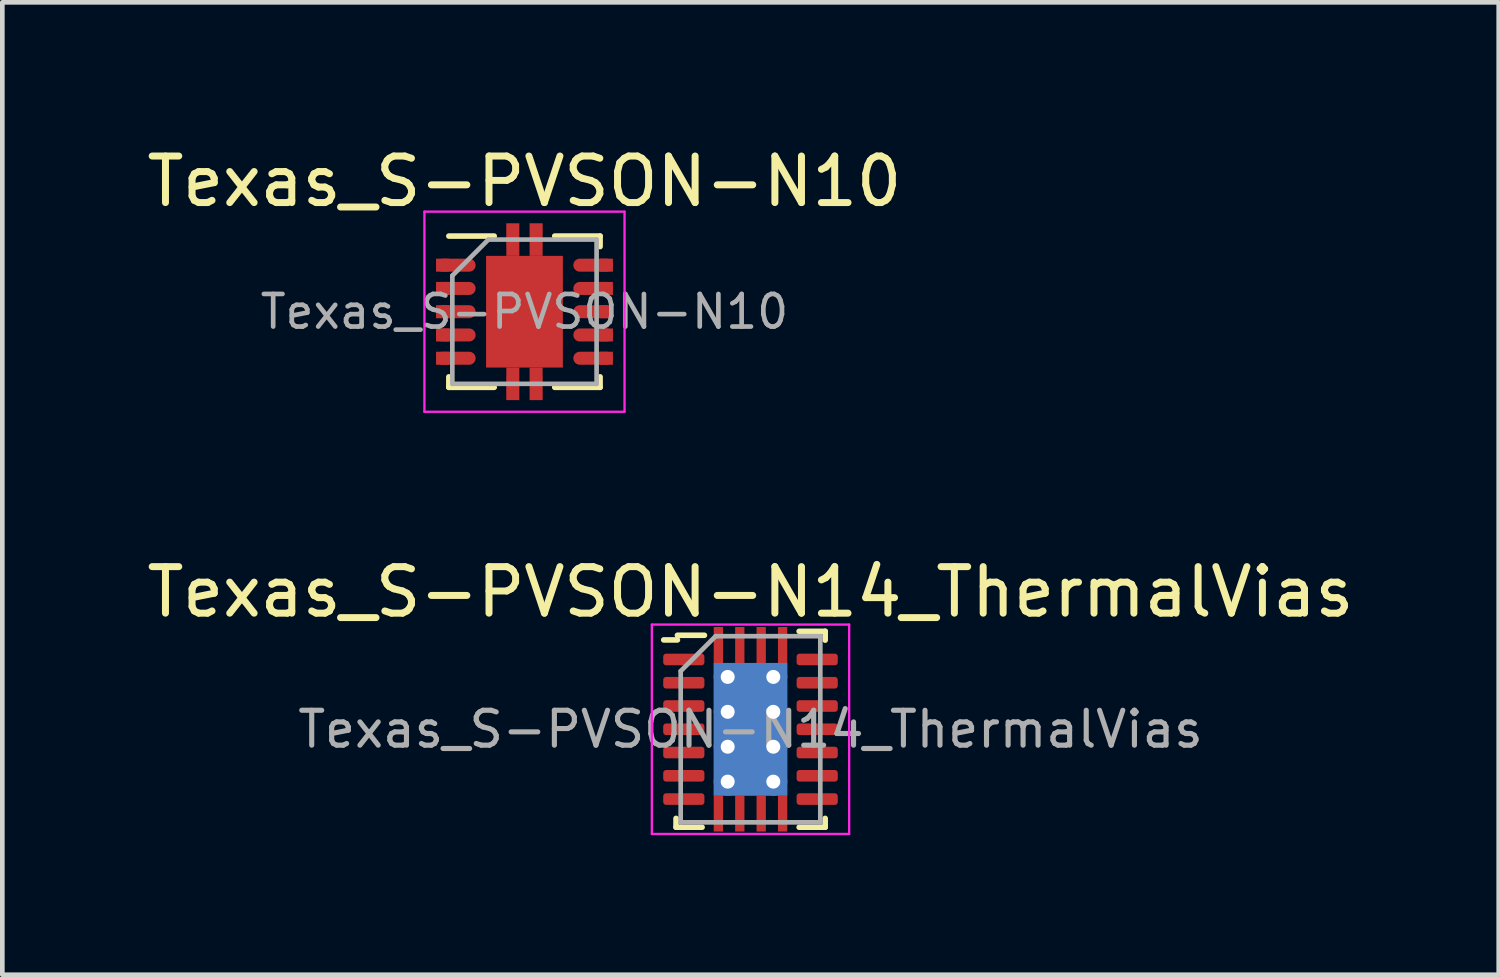
<source format=kicad_pcb>
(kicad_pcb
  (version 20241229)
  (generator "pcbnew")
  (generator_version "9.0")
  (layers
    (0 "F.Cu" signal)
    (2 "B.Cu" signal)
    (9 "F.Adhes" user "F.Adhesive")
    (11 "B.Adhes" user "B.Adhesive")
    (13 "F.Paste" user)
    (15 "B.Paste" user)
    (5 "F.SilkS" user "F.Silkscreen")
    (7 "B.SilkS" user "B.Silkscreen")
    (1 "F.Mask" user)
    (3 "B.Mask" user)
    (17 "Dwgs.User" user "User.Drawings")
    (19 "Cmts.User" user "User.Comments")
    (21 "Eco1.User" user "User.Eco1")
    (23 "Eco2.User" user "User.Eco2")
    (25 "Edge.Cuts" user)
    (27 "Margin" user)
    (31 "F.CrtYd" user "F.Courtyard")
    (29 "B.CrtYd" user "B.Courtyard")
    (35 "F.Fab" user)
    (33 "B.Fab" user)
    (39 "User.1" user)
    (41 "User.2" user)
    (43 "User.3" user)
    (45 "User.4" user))
  (footprint "Texas_S-PVSON-N10"
    (layer "F.Cu")
    (at 8.22 3.648)
    (property "Reference" "Texas_S-PVSON-N10" (at 0 -2.8 0) (layer "F.SilkS") (effects (font (size 1 1) (thickness 0.15))))
    (attr smd)
    (fp_line (start -1.625 -1.625) (end -0.65 -1.625) (stroke (width 0.12) (type solid)) (layer "F.SilkS"))
    (fp_line (start -1.625 1.625) (end -1.625 1.4) (stroke (width 0.12) (type solid)) (layer "F.SilkS"))
    (fp_line (start -1.625 1.625) (end -0.65 1.625) (stroke (width 0.12) (type solid)) (layer "F.SilkS"))
    (fp_line (start 0.65 -1.625) (end 1.625 -1.625) (stroke (width 0.12) (type solid)) (layer "F.SilkS"))
    (fp_line (start 0.65 1.625) (end 1.625 1.625) (stroke (width 0.12) (type solid)) (layer "F.SilkS"))
    (fp_line (start 1.625 -1.4) (end 1.625 -1.625) (stroke (width 0.12) (type solid)) (layer "F.SilkS"))
    (fp_line (start 1.625 1.4) (end 1.625 1.625) (stroke (width 0.12) (type solid)) (layer "F.SilkS"))
    (fp_line (start -2.15 -2.15) (end -2.15 2.15) (stroke (width 0.05) (type solid)) (layer "F.CrtYd"))
    (fp_line (start -2.15 -2.15) (end 2.15 -2.15) (stroke (width 0.05) (type solid)) (layer "F.CrtYd"))
    (fp_line (start -2.15 2.15) (end 2.15 2.15) (stroke (width 0.05) (type solid)) (layer "F.CrtYd"))
    (fp_line (start 2.15 -2.15) (end 2.15 2.15) (stroke (width 0.05) (type solid)) (layer "F.CrtYd"))
    (fp_line (start -1.55 1.55) (end -1.55 -0.775) (stroke (width 0.1) (type solid)) (layer "F.Fab"))
    (fp_line (start -0.775 -1.55) (end -1.55 -0.775) (stroke (width 0.1) (type solid)) (layer "F.Fab"))
    (fp_line (start -0.775 -1.55) (end 1.55 -1.55) (stroke (width 0.1) (type solid)) (layer "F.Fab"))
    (fp_line (start 1.55 -1.55) (end 1.55 1.55) (stroke (width 0.1) (type solid)) (layer "F.Fab"))
    (fp_line (start 1.55 1.55) (end -1.55 1.55) (stroke (width 0.1) (type solid)) (layer "F.Fab"))
    (fp_text user "${REFERENCE}" (at 0 0 0) (layer "F.Fab") (effects (font (size 0.7 0.7) (thickness 0.1))))
    (pad "1" smd rect (at -1.76 -1) (size 0.28 0.28) (layers "F.Cu" "F.Mask" "F.Paste"))
    (pad "1" smd oval (at -1.475 -1) (size 0.85 0.28) (layers "F.Cu" "F.Mask" "F.Paste"))
    (pad "2" smd rect (at -1.76 -0.5) (size 0.28 0.28) (layers "F.Cu" "F.Mask" "F.Paste"))
    (pad "2" smd oval (at -1.475 -0.5) (size 0.85 0.28) (layers "F.Cu" "F.Mask" "F.Paste"))
    (pad "3" smd rect (at -1.76 0) (size 0.28 0.28) (layers "F.Cu" "F.Mask" "F.Paste"))
    (pad "3" smd oval (at -1.475 0) (size 0.85 0.28) (layers "F.Cu" "F.Mask" "F.Paste"))
    (pad "4" smd rect (at -1.76 0.5) (size 0.28 0.28) (layers "F.Cu" "F.Mask" "F.Paste"))
    (pad "4" smd oval (at -1.475 0.5) (size 0.85 0.28) (layers "F.Cu" "F.Mask" "F.Paste"))
    (pad "5" smd rect (at -1.76 1) (size 0.28 0.28) (layers "F.Cu" "F.Mask" "F.Paste"))
    (pad "5" smd oval (at -1.475 1) (size 0.85 0.28) (layers "F.Cu" "F.Mask" "F.Paste"))
    (pad "6" smd oval (at 1.475 1) (size 0.85 0.28) (layers "F.Cu" "F.Mask" "F.Paste"))
    (pad "6" smd rect (at 1.76 1) (size 0.28 0.28) (layers "F.Cu" "F.Mask" "F.Paste"))
    (pad "7" smd oval (at 1.475 0.5) (size 0.85 0.28) (layers "F.Cu" "F.Mask" "F.Paste"))
    (pad "7" smd rect (at 1.76 0.5) (size 0.28 0.28) (layers "F.Cu" "F.Mask" "F.Paste"))
    (pad "8" smd oval (at 1.475 0) (size 0.85 0.28) (layers "F.Cu" "F.Mask" "F.Paste"))
    (pad "8" smd rect (at 1.76 0) (size 0.28 0.28) (layers "F.Cu" "F.Mask" "F.Paste"))
    (pad "9" smd oval (at 1.475 -0.5) (size 0.85 0.28) (layers "F.Cu" "F.Mask" "F.Paste"))
    (pad "9" smd rect (at 1.76 -0.5) (size 0.28 0.28) (layers "F.Cu" "F.Mask" "F.Paste"))
    (pad "10" smd oval (at 1.475 -1) (size 0.85 0.28) (layers "F.Cu" "F.Mask" "F.Paste"))
    (pad "10" smd rect (at 1.76 -1) (size 0.28 0.28) (layers "F.Cu" "F.Mask" "F.Paste"))
    (pad "11" smd rect (at -0.45 -0.635) (size 0.68 1.05) (layers "F.Cu" "F.Mask" "F.Paste"))
    (pad "11" smd rect (at -0.45 0.635) (size 0.68 1.05) (layers "F.Cu" "F.Mask" "F.Paste"))
    (pad "11" smd rect (at -0.25 -1.63) (size 0.26 0.5) (layers "F.Cu" "F.Mask" "F.Paste"))
    (pad "11" smd rect (at -0.25 -1.55) (size 0.28 0.7) (layers "F.Cu" "F.Mask"))
    (pad "11" smd rect (at -0.25 1.55) (size 0.28 0.7) (layers "F.Cu" "F.Mask"))
    (pad "11" smd rect (at -0.25 1.63) (size 0.26 0.5) (layers "F.Cu" "F.Mask" "F.Paste"))
    (pad "11" smd rect (at 0 0) (size 1.65 2.4) (layers "F.Cu" "F.Mask"))
    (pad "11" smd rect (at 0.25 -1.63) (size 0.26 0.5) (layers "F.Cu" "F.Mask" "F.Paste"))
    (pad "11" smd rect (at 0.25 -1.55) (size 0.28 0.7) (layers "F.Cu" "F.Mask"))
    (pad "11" smd rect (at 0.25 1.55) (size 0.28 0.7) (layers "F.Cu" "F.Mask"))
    (pad "11" smd rect (at 0.25 1.63) (size 0.26 0.5) (layers "F.Cu" "F.Mask" "F.Paste"))
    (pad "11" smd rect (at 0.45 -0.635) (size 0.68 1.05) (layers "F.Cu" "F.Mask" "F.Paste"))
    (pad "11" smd rect (at 0.45 0.635) (size 0.68 1.05) (layers "F.Cu" "F.Mask" "F.Paste")))
  (footprint "Texas_S-PVSON-N14_ThermalVias"
    (layer "F.Cu")
    (at 13.077 12.621)
    (property "Reference" "Texas_S-PVSON-N14_ThermalVias" (at 0 -2.95 0) (layer "F.SilkS") (effects (font (size 1 1) (thickness 0.15))))
    (attr smd)
    (fp_line (start -1.6 2.105) (end -1.6 1.915) (stroke (width 0.12) (type solid)) (layer "F.SilkS"))
    (fp_line (start -1.6 2.105) (end -1.04 2.105) (stroke (width 0.12) (type solid)) (layer "F.SilkS"))
    (fp_line (start -1.57 -1.92) (end -1.865 -1.92) (stroke (width 0.12) (type solid)) (layer "F.SilkS"))
    (fp_line (start -0.99 -2.02) (end -1.57 -2.02) (stroke (width 0.12) (type solid)) (layer "F.SilkS"))
    (fp_line (start 1.045 -2.105) (end 1.605 -2.105) (stroke (width 0.12) (type solid)) (layer "F.SilkS"))
    (fp_line (start 1.045 2.105) (end 1.605 2.105) (stroke (width 0.12) (type solid)) (layer "F.SilkS"))
    (fp_line (start 1.605 -1.915) (end 1.605 -2.105) (stroke (width 0.12) (type solid)) (layer "F.SilkS"))
    (fp_line (start 1.605 2.105) (end 1.605 1.915) (stroke (width 0.12) (type solid)) (layer "F.SilkS"))
    (fp_line (start -2.12 -2.25) (end -2.12 2.25) (stroke (width 0.05) (type solid)) (layer "F.CrtYd"))
    (fp_line (start -2.12 2.25) (end 2.12 2.25) (stroke (width 0.05) (type solid)) (layer "F.CrtYd"))
    (fp_line (start 2.12 -2.25) (end -2.12 -2.25) (stroke (width 0.05) (type solid)) (layer "F.CrtYd"))
    (fp_line (start 2.12 2.25) (end 2.12 -2.25) (stroke (width 0.05) (type solid)) (layer "F.CrtYd"))
    (fp_line (start -1.5 -1.25) (end -0.75 -2) (stroke (width 0.1) (type solid)) (layer "F.Fab"))
    (fp_line (start -1.5 2) (end -1.5 -1.25) (stroke (width 0.1) (type solid)) (layer "F.Fab"))
    (fp_line (start -0.75 -2) (end 1.5 -2) (stroke (width 0.1) (type solid)) (layer "F.Fab"))
    (fp_line (start 1.5 -2) (end 1.5 2) (stroke (width 0.1) (type solid)) (layer "F.Fab"))
    (fp_line (start 1.5 2) (end -1.5 2) (stroke (width 0.1) (type solid)) (layer "F.Fab"))
    (fp_text user "${REFERENCE}" (at 0 0 0) (layer "F.Fab") (effects (font (size 0.75 0.75) (thickness 0.11))))
    (pad "" smd roundrect (at -0.395 -0.71) (size 0.68 1.23) (layers "F.Paste") (roundrect_rratio 0.25))
    (pad "" smd roundrect (at -0.395 0.71) (size 0.68 1.23) (layers "F.Paste") (roundrect_rratio 0.25))
    (pad "" smd roundrect (at 0.395 -0.71) (size 0.68 1.23) (layers "F.Paste") (roundrect_rratio 0.25))
    (pad "" smd roundrect (at 0.395 0.71) (size 0.68 1.23) (layers "F.Paste") (roundrect_rratio 0.25))
    (pad "1" smd roundrect (at -1.433 -1.5) (size 0.885 0.25) (layers "F.Cu" "F.Mask" "F.Paste") (roundrect_rratio 0.25))
    (pad "2" smd roundrect (at -1.433 -1) (size 0.885 0.25) (layers "F.Cu" "F.Mask" "F.Paste") (roundrect_rratio 0.25))
    (pad "3" smd roundrect (at -1.433 -0.5) (size 0.885 0.25) (layers "F.Cu" "F.Mask" "F.Paste") (roundrect_rratio 0.25))
    (pad "4" smd roundrect (at -1.433 0) (size 0.885 0.25) (layers "F.Cu" "F.Mask" "F.Paste") (roundrect_rratio 0.25))
    (pad "5" smd roundrect (at -1.433 0.5) (size 0.885 0.25) (layers "F.Cu" "F.Mask" "F.Paste") (roundrect_rratio 0.25))
    (pad "6" smd roundrect (at -1.433 1) (size 0.885 0.25) (layers "F.Cu" "F.Mask" "F.Paste") (roundrect_rratio 0.25))
    (pad "7" smd roundrect (at -1.433 1.5) (size 0.885 0.25) (layers "F.Cu" "F.Mask" "F.Paste") (roundrect_rratio 0.25))
    (pad "8" smd roundrect (at 1.433 1.5) (size 0.885 0.25) (layers "F.Cu" "F.Mask" "F.Paste") (roundrect_rratio 0.25))
    (pad "9" smd roundrect (at 1.433 1) (size 0.885 0.25) (layers "F.Cu" "F.Mask" "F.Paste") (roundrect_rratio 0.25))
    (pad "10" smd roundrect (at 1.433 0.5) (size 0.885 0.25) (layers "F.Cu" "F.Mask" "F.Paste") (roundrect_rratio 0.25))
    (pad "11" smd roundrect (at 1.433 0) (size 0.885 0.25) (layers "F.Cu" "F.Mask" "F.Paste") (roundrect_rratio 0.25))
    (pad "12" smd roundrect (at 1.433 -0.5) (size 0.885 0.25) (layers "F.Cu" "F.Mask" "F.Paste") (roundrect_rratio 0.25))
    (pad "13" smd roundrect (at 1.433 -1) (size 0.885 0.25) (layers "F.Cu" "F.Mask" "F.Paste") (roundrect_rratio 0.25))
    (pad "14" smd roundrect (at 1.433 -1.5) (size 0.885 0.25) (layers "F.Cu" "F.Mask" "F.Paste") (roundrect_rratio 0.25))
    (pad "15" smd rect (at -0.69 -1.81) (size 0.2 0.775) (layers "F.Cu" "F.Mask" "F.Paste"))
    (pad "15" smd rect (at -0.69 1.81) (size 0.2 0.775) (layers "F.Cu" "F.Mask" "F.Paste"))
    (pad "15" thru_hole circle (at -0.49 -1.125) (size 0.6 0.6) (drill 0.3) (layers "*.Cu"))
    (pad "15" thru_hole circle (at -0.49 -0.375) (size 0.6 0.6) (drill 0.3) (layers "*.Cu"))
    (pad "15" thru_hole circle (at -0.49 0.375) (size 0.6 0.6) (drill 0.3) (layers "*.Cu"))
    (pad "15" thru_hole circle (at -0.49 1.125) (size 0.6 0.6) (drill 0.3) (layers "*.Cu"))
    (pad "15" smd rect (at -0.23 -1.81) (size 0.2 0.775) (layers "F.Cu" "F.Mask" "F.Paste"))
    (pad "15" smd rect (at -0.23 1.81) (size 0.2 0.775) (layers "F.Cu" "F.Mask" "F.Paste"))
    (pad "15" smd rect (at 0 0) (size 1.58 2.85) (layers "F.Cu" "F.Mask"))
    (pad "15" smd rect (at 0 0) (size 1.58 2.85) (layers "B.Cu"))
    (pad "15" smd rect (at 0.23 -1.81) (size 0.2 0.775) (layers "F.Cu" "F.Mask" "F.Paste"))
    (pad "15" smd rect (at 0.23 1.81) (size 0.2 0.775) (layers "F.Cu" "F.Mask" "F.Paste"))
    (pad "15" thru_hole circle (at 0.49 -1.125) (size 0.6 0.6) (drill 0.3) (layers "*.Cu"))
    (pad "15" thru_hole circle (at 0.49 -0.375) (size 0.6 0.6) (drill 0.3) (layers "*.Cu"))
    (pad "15" thru_hole circle (at 0.49 0.375) (size 0.6 0.6) (drill 0.3) (layers "*.Cu"))
    (pad "15" thru_hole circle (at 0.49 1.125) (size 0.6 0.6) (drill 0.3) (layers "*.Cu"))
    (pad "15" smd rect (at 0.69 -1.81) (size 0.2 0.775) (layers "F.Cu" "F.Mask" "F.Paste"))
    (pad "15" smd rect (at 0.69 1.81) (size 0.2 0.775) (layers "F.Cu" "F.Mask" "F.Paste")))
  (gr_rect
    (start -3 -3)
    (end 29.155 17.896)
    (stroke (width 0.1) (type default))
    (fill no)
    (layer "Edge.Cuts")))
</source>
